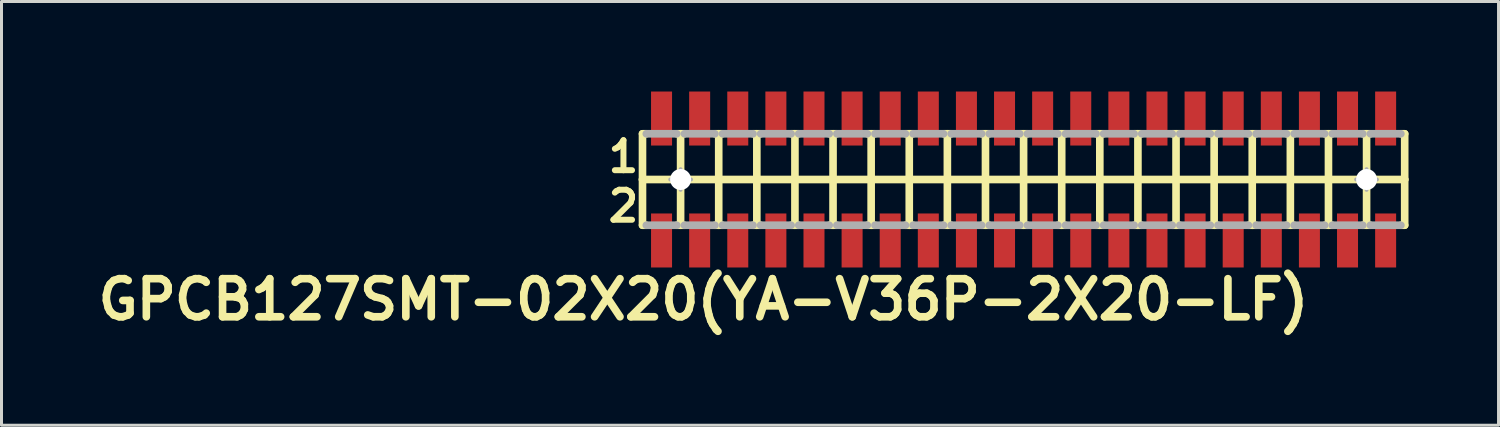
<source format=kicad_pcb>
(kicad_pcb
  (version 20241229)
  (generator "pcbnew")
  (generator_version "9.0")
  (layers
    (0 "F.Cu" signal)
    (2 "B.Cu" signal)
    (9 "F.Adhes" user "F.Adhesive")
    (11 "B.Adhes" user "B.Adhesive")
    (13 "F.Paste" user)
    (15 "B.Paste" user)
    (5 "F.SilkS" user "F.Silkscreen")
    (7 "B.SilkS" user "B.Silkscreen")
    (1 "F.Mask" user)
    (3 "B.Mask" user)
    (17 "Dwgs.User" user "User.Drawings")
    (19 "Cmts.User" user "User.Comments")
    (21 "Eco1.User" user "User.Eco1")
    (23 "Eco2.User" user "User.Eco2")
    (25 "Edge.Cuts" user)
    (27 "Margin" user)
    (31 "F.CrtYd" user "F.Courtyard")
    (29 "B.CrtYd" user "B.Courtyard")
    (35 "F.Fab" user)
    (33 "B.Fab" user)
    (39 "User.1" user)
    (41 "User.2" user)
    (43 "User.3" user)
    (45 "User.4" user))
  (footprint "GPCB127SMT-02X20(YA-V36P-2X20-LF)"
    (layer "F.Cu")
    (at 31.061 2.932)
    (property "Reference" "GPCB127SMT-02X20(YA-V36P-2X20-LF)" (at -10.668 4 0) (layer "F.SilkS") (effects (font (size 1.27 1.27) (thickness 0.254))))
    (attr smd)
    (fp_line (start -12.7 -1.524) (end -12.7 0) (stroke (width 0.254) (type solid)) (layer "F.SilkS"))
    (fp_line (start -12.7 0) (end -12.7 1.524) (stroke (width 0.254) (type solid)) (layer "F.SilkS"))
    (fp_line (start -12.7 0) (end -11.43 0) (stroke (width 0.254) (type solid)) (layer "F.SilkS"))
    (fp_line (start -12.7 1.524) (end -12.573 1.524) (stroke (width 0.254) (type solid)) (layer "F.SilkS"))
    (fp_line (start -12.573 -1.524) (end -12.7 -1.524) (stroke (width 0.254) (type solid)) (layer "F.SilkS"))
    (fp_line (start -11.557 -1.524) (end -11.43 -1.524) (stroke (width 0.254) (type solid)) (layer "F.SilkS"))
    (fp_line (start -11.557 1.524) (end -11.43 1.524) (stroke (width 0.254) (type solid)) (layer "F.SilkS"))
    (fp_line (start -11.43 -1.524) (end -11.303 -1.524) (stroke (width 0.254) (type solid)) (layer "F.SilkS"))
    (fp_line (start -11.43 0) (end -11.43 -1.524) (stroke (width 0.254) (type solid)) (layer "F.SilkS"))
    (fp_line (start -11.43 0) (end -10.16 0) (stroke (width 0.254) (type solid)) (layer "F.SilkS"))
    (fp_line (start -11.43 1.524) (end -11.43 0) (stroke (width 0.254) (type solid)) (layer "F.SilkS"))
    (fp_line (start -11.43 1.524) (end -11.303 1.524) (stroke (width 0.254) (type solid)) (layer "F.SilkS"))
    (fp_line (start -10.287 -1.524) (end -10.16 -1.524) (stroke (width 0.254) (type solid)) (layer "F.SilkS"))
    (fp_line (start -10.287 1.524) (end -10.16 1.524) (stroke (width 0.254) (type solid)) (layer "F.SilkS"))
    (fp_line (start -10.16 -1.524) (end -10.033 -1.524) (stroke (width 0.254) (type solid)) (layer "F.SilkS"))
    (fp_line (start -10.16 0) (end -10.16 -1.524) (stroke (width 0.254) (type solid)) (layer "F.SilkS"))
    (fp_line (start -10.16 0) (end -8.89 0) (stroke (width 0.254) (type solid)) (layer "F.SilkS"))
    (fp_line (start -10.16 1.524) (end -10.16 0) (stroke (width 0.254) (type solid)) (layer "F.SilkS"))
    (fp_line (start -10.16 1.524) (end -10.033 1.524) (stroke (width 0.254) (type solid)) (layer "F.SilkS"))
    (fp_line (start -9.017 -1.524) (end -8.89 -1.524) (stroke (width 0.254) (type solid)) (layer "F.SilkS"))
    (fp_line (start -9.017 1.524) (end -8.89 1.524) (stroke (width 0.254) (type solid)) (layer "F.SilkS"))
    (fp_line (start -8.89 -1.524) (end -8.763 -1.524) (stroke (width 0.254) (type solid)) (layer "F.SilkS"))
    (fp_line (start -8.89 0) (end -8.89 -1.524) (stroke (width 0.254) (type solid)) (layer "F.SilkS"))
    (fp_line (start -8.89 0) (end -7.62 0) (stroke (width 0.254) (type solid)) (layer "F.SilkS"))
    (fp_line (start -8.89 1.524) (end -8.89 0) (stroke (width 0.254) (type solid)) (layer "F.SilkS"))
    (fp_line (start -8.89 1.524) (end -8.763 1.524) (stroke (width 0.254) (type solid)) (layer "F.SilkS"))
    (fp_line (start -7.747 -1.524) (end -7.62 -1.524) (stroke (width 0.254) (type solid)) (layer "F.SilkS"))
    (fp_line (start -7.747 1.524) (end -7.62 1.524) (stroke (width 0.254) (type solid)) (layer "F.SilkS"))
    (fp_line (start -7.62 -1.524) (end -7.493 -1.524) (stroke (width 0.254) (type solid)) (layer "F.SilkS"))
    (fp_line (start -7.62 0) (end -7.62 -1.524) (stroke (width 0.254) (type solid)) (layer "F.SilkS"))
    (fp_line (start -7.62 0) (end -6.35 0) (stroke (width 0.254) (type solid)) (layer "F.SilkS"))
    (fp_line (start -7.62 1.524) (end -7.62 0) (stroke (width 0.254) (type solid)) (layer "F.SilkS"))
    (fp_line (start -7.62 1.524) (end -7.493 1.524) (stroke (width 0.254) (type solid)) (layer "F.SilkS"))
    (fp_line (start -6.477 -1.524) (end -6.35 -1.524) (stroke (width 0.254) (type solid)) (layer "F.SilkS"))
    (fp_line (start -6.477 1.524) (end -6.35 1.524) (stroke (width 0.254) (type solid)) (layer "F.SilkS"))
    (fp_line (start -6.35 -1.524) (end -6.223 -1.524) (stroke (width 0.254) (type solid)) (layer "F.SilkS"))
    (fp_line (start -6.35 0) (end -6.35 -1.524) (stroke (width 0.254) (type solid)) (layer "F.SilkS"))
    (fp_line (start -6.35 0) (end -5.08 0) (stroke (width 0.254) (type solid)) (layer "F.SilkS"))
    (fp_line (start -6.35 1.524) (end -6.35 0) (stroke (width 0.254) (type solid)) (layer "F.SilkS"))
    (fp_line (start -6.35 1.524) (end -6.223 1.524) (stroke (width 0.254) (type solid)) (layer "F.SilkS"))
    (fp_line (start -5.207 -1.524) (end -5.08 -1.524) (stroke (width 0.254) (type solid)) (layer "F.SilkS"))
    (fp_line (start -5.207 1.524) (end -5.08 1.524) (stroke (width 0.254) (type solid)) (layer "F.SilkS"))
    (fp_line (start -5.08 -1.524) (end -4.953 -1.524) (stroke (width 0.254) (type solid)) (layer "F.SilkS"))
    (fp_line (start -5.08 0) (end -5.08 -1.524) (stroke (width 0.254) (type solid)) (layer "F.SilkS"))
    (fp_line (start -5.08 0) (end -3.81 0) (stroke (width 0.254) (type solid)) (layer "F.SilkS"))
    (fp_line (start -5.08 1.524) (end -5.08 0) (stroke (width 0.254) (type solid)) (layer "F.SilkS"))
    (fp_line (start -5.08 1.524) (end -4.953 1.524) (stroke (width 0.254) (type solid)) (layer "F.SilkS"))
    (fp_line (start -3.937 -1.524) (end -3.81 -1.524) (stroke (width 0.254) (type solid)) (layer "F.SilkS"))
    (fp_line (start -3.937 1.524) (end -3.81 1.524) (stroke (width 0.254) (type solid)) (layer "F.SilkS"))
    (fp_line (start -3.81 -1.524) (end -3.683 -1.524) (stroke (width 0.254) (type solid)) (layer "F.SilkS"))
    (fp_line (start -3.81 0) (end -3.81 -1.524) (stroke (width 0.254) (type solid)) (layer "F.SilkS"))
    (fp_line (start -3.81 0) (end -2.54 0) (stroke (width 0.254) (type solid)) (layer "F.SilkS"))
    (fp_line (start -3.81 1.524) (end -3.81 0) (stroke (width 0.254) (type solid)) (layer "F.SilkS"))
    (fp_line (start -3.81 1.524) (end -3.683 1.524) (stroke (width 0.254) (type solid)) (layer "F.SilkS"))
    (fp_line (start -2.667 -1.524) (end -2.54 -1.524) (stroke (width 0.254) (type solid)) (layer "F.SilkS"))
    (fp_line (start -2.667 1.524) (end -2.54 1.524) (stroke (width 0.254) (type solid)) (layer "F.SilkS"))
    (fp_line (start -2.54 -1.524) (end -2.413 -1.524) (stroke (width 0.254) (type solid)) (layer "F.SilkS"))
    (fp_line (start -2.54 0) (end -2.54 -1.524) (stroke (width 0.254) (type solid)) (layer "F.SilkS"))
    (fp_line (start -2.54 0) (end -1.27 0) (stroke (width 0.254) (type solid)) (layer "F.SilkS"))
    (fp_line (start -2.54 1.524) (end -2.54 0) (stroke (width 0.254) (type solid)) (layer "F.SilkS"))
    (fp_line (start -2.54 1.524) (end -2.413 1.524) (stroke (width 0.254) (type solid)) (layer "F.SilkS"))
    (fp_line (start -1.397 -1.524) (end -1.143 -1.524) (stroke (width 0.254) (type solid)) (layer "F.SilkS"))
    (fp_line (start -1.397 1.524) (end -1.27 1.524) (stroke (width 0.254) (type solid)) (layer "F.SilkS"))
    (fp_line (start -1.27 0) (end -1.27 -1.524) (stroke (width 0.254) (type solid)) (layer "F.SilkS"))
    (fp_line (start -1.27 0) (end 0 0) (stroke (width 0.254) (type solid)) (layer "F.SilkS"))
    (fp_line (start -1.27 1.524) (end -1.27 0) (stroke (width 0.254) (type solid)) (layer "F.SilkS"))
    (fp_line (start -1.27 1.524) (end -1.143 1.524) (stroke (width 0.254) (type solid)) (layer "F.SilkS"))
    (fp_line (start -0.127 -1.524) (end 0 -1.524) (stroke (width 0.254) (type solid)) (layer "F.SilkS"))
    (fp_line (start 0 -1.524) (end 0 0) (stroke (width 0.254) (type solid)) (layer "F.SilkS"))
    (fp_line (start 0 0) (end 0 1.524) (stroke (width 0.254) (type solid)) (layer "F.SilkS"))
    (fp_line (start 0 0) (end 1.27 0) (stroke (width 0.254) (type solid)) (layer "F.SilkS"))
    (fp_line (start 0 1.524) (end -0.127 1.524) (stroke (width 0.254) (type solid)) (layer "F.SilkS"))
    (fp_line (start 0 1.524) (end 0.127 1.524) (stroke (width 0.254) (type solid)) (layer "F.SilkS"))
    (fp_line (start 0.127 -1.524) (end 0 -1.524) (stroke (width 0.254) (type solid)) (layer "F.SilkS"))
    (fp_line (start 1.143 -1.524) (end 1.27 -1.524) (stroke (width 0.254) (type solid)) (layer "F.SilkS"))
    (fp_line (start 1.143 1.524) (end 1.27 1.524) (stroke (width 0.254) (type solid)) (layer "F.SilkS"))
    (fp_line (start 1.27 -1.524) (end 1.397 -1.524) (stroke (width 0.254) (type solid)) (layer "F.SilkS"))
    (fp_line (start 1.27 0) (end 1.27 -1.524) (stroke (width 0.254) (type solid)) (layer "F.SilkS"))
    (fp_line (start 1.27 0) (end 2.54 0) (stroke (width 0.254) (type solid)) (layer "F.SilkS"))
    (fp_line (start 1.27 1.524) (end 1.27 0) (stroke (width 0.254) (type solid)) (layer "F.SilkS"))
    (fp_line (start 1.27 1.524) (end 1.397 1.524) (stroke (width 0.254) (type solid)) (layer "F.SilkS"))
    (fp_line (start 2.413 -1.524) (end 2.54 -1.524) (stroke (width 0.254) (type solid)) (layer "F.SilkS"))
    (fp_line (start 2.413 1.524) (end 2.54 1.524) (stroke (width 0.254) (type solid)) (layer "F.SilkS"))
    (fp_line (start 2.54 -1.524) (end 2.667 -1.524) (stroke (width 0.254) (type solid)) (layer "F.SilkS"))
    (fp_line (start 2.54 0) (end 2.54 -1.524) (stroke (width 0.254) (type solid)) (layer "F.SilkS"))
    (fp_line (start 2.54 0) (end 3.81 0) (stroke (width 0.254) (type solid)) (layer "F.SilkS"))
    (fp_line (start 2.54 1.524) (end 2.54 0) (stroke (width 0.254) (type solid)) (layer "F.SilkS"))
    (fp_line (start 2.54 1.524) (end 2.667 1.524) (stroke (width 0.254) (type solid)) (layer "F.SilkS"))
    (fp_line (start 3.683 -1.524) (end 3.81 -1.524) (stroke (width 0.254) (type solid)) (layer "F.SilkS"))
    (fp_line (start 3.683 1.524) (end 3.81 1.524) (stroke (width 0.254) (type solid)) (layer "F.SilkS"))
    (fp_line (start 3.81 -1.524) (end 3.937 -1.524) (stroke (width 0.254) (type solid)) (layer "F.SilkS"))
    (fp_line (start 3.81 0) (end 3.81 -1.524) (stroke (width 0.254) (type solid)) (layer "F.SilkS"))
    (fp_line (start 3.81 0) (end 5.08 0) (stroke (width 0.254) (type solid)) (layer "F.SilkS"))
    (fp_line (start 3.81 1.524) (end 3.81 0) (stroke (width 0.254) (type solid)) (layer "F.SilkS"))
    (fp_line (start 3.81 1.524) (end 3.937 1.524) (stroke (width 0.254) (type solid)) (layer "F.SilkS"))
    (fp_line (start 4.953 -1.524) (end 5.08 -1.524) (stroke (width 0.254) (type solid)) (layer "F.SilkS"))
    (fp_line (start 4.953 1.524) (end 5.08 1.524) (stroke (width 0.254) (type solid)) (layer "F.SilkS"))
    (fp_line (start 5.08 -1.524) (end 5.207 -1.524) (stroke (width 0.254) (type solid)) (layer "F.SilkS"))
    (fp_line (start 5.08 0) (end 5.08 -1.524) (stroke (width 0.254) (type solid)) (layer "F.SilkS"))
    (fp_line (start 5.08 0) (end 6.35 0) (stroke (width 0.254) (type solid)) (layer "F.SilkS"))
    (fp_line (start 5.08 1.524) (end 5.08 0) (stroke (width 0.254) (type solid)) (layer "F.SilkS"))
    (fp_line (start 5.08 1.524) (end 5.207 1.524) (stroke (width 0.254) (type solid)) (layer "F.SilkS"))
    (fp_line (start 6.223 -1.524) (end 6.35 -1.524) (stroke (width 0.254) (type solid)) (layer "F.SilkS"))
    (fp_line (start 6.223 1.524) (end 6.35 1.524) (stroke (width 0.254) (type solid)) (layer "F.SilkS"))
    (fp_line (start 6.35 -1.524) (end 6.477 -1.524) (stroke (width 0.254) (type solid)) (layer "F.SilkS"))
    (fp_line (start 6.35 0) (end 6.35 -1.524) (stroke (width 0.254) (type solid)) (layer "F.SilkS"))
    (fp_line (start 6.35 0) (end 7.62 0) (stroke (width 0.254) (type solid)) (layer "F.SilkS"))
    (fp_line (start 6.35 1.524) (end 6.35 0) (stroke (width 0.254) (type solid)) (layer "F.SilkS"))
    (fp_line (start 6.35 1.524) (end 6.477 1.524) (stroke (width 0.254) (type solid)) (layer "F.SilkS"))
    (fp_line (start 7.493 -1.524) (end 7.62 -1.524) (stroke (width 0.254) (type solid)) (layer "F.SilkS"))
    (fp_line (start 7.493 1.524) (end 7.62 1.524) (stroke (width 0.254) (type solid)) (layer "F.SilkS"))
    (fp_line (start 7.62 -1.524) (end 7.747 -1.524) (stroke (width 0.254) (type solid)) (layer "F.SilkS"))
    (fp_line (start 7.62 0) (end 7.62 -1.524) (stroke (width 0.254) (type solid)) (layer "F.SilkS"))
    (fp_line (start 7.62 0) (end 8.89 0) (stroke (width 0.254) (type solid)) (layer "F.SilkS"))
    (fp_line (start 7.62 1.524) (end 7.62 0) (stroke (width 0.254) (type solid)) (layer "F.SilkS"))
    (fp_line (start 7.62 1.524) (end 7.747 1.524) (stroke (width 0.254) (type solid)) (layer "F.SilkS"))
    (fp_line (start 8.763 -1.524) (end 8.89 -1.524) (stroke (width 0.254) (type solid)) (layer "F.SilkS"))
    (fp_line (start 8.763 1.524) (end 8.89 1.524) (stroke (width 0.254) (type solid)) (layer "F.SilkS"))
    (fp_line (start 8.89 -1.524) (end 9.017 -1.524) (stroke (width 0.254) (type solid)) (layer "F.SilkS"))
    (fp_line (start 8.89 0) (end 8.89 -1.524) (stroke (width 0.254) (type solid)) (layer "F.SilkS"))
    (fp_line (start 8.89 0) (end 10.16 0) (stroke (width 0.254) (type solid)) (layer "F.SilkS"))
    (fp_line (start 8.89 1.524) (end 8.89 0) (stroke (width 0.254) (type solid)) (layer "F.SilkS"))
    (fp_line (start 8.89 1.524) (end 9.017 1.524) (stroke (width 0.254) (type solid)) (layer "F.SilkS"))
    (fp_line (start 10.033 -1.524) (end 10.16 -1.524) (stroke (width 0.254) (type solid)) (layer "F.SilkS"))
    (fp_line (start 10.033 1.524) (end 10.16 1.524) (stroke (width 0.254) (type solid)) (layer "F.SilkS"))
    (fp_line (start 10.16 -1.524) (end 10.287 -1.524) (stroke (width 0.254) (type solid)) (layer "F.SilkS"))
    (fp_line (start 10.16 0) (end 10.16 -1.524) (stroke (width 0.254) (type solid)) (layer "F.SilkS"))
    (fp_line (start 10.16 0) (end 11.43 0) (stroke (width 0.254) (type solid)) (layer "F.SilkS"))
    (fp_line (start 10.16 1.524) (end 10.16 0) (stroke (width 0.254) (type solid)) (layer "F.SilkS"))
    (fp_line (start 10.16 1.524) (end 10.287 1.524) (stroke (width 0.254) (type solid)) (layer "F.SilkS"))
    (fp_line (start 11.303 -1.524) (end 11.557 -1.524) (stroke (width 0.254) (type solid)) (layer "F.SilkS"))
    (fp_line (start 11.303 1.524) (end 11.43 1.524) (stroke (width 0.254) (type solid)) (layer "F.SilkS"))
    (fp_line (start 11.43 0) (end 11.43 -1.524) (stroke (width 0.254) (type solid)) (layer "F.SilkS"))
    (fp_line (start 11.43 0) (end 12.7 0) (stroke (width 0.254) (type solid)) (layer "F.SilkS"))
    (fp_line (start 11.43 1.524) (end 11.43 0) (stroke (width 0.254) (type solid)) (layer "F.SilkS"))
    (fp_line (start 11.43 1.524) (end 11.557 1.524) (stroke (width 0.254) (type solid)) (layer "F.SilkS"))
    (fp_line (start 12.573 -1.524) (end 12.7 -1.524) (stroke (width 0.254) (type solid)) (layer "F.SilkS"))
    (fp_line (start 12.7 -1.524) (end 12.7 0) (stroke (width 0.254) (type solid)) (layer "F.SilkS"))
    (fp_line (start 12.7 0) (end 12.7 1.524) (stroke (width 0.254) (type solid)) (layer "F.SilkS"))
    (fp_line (start 12.7 1.524) (end 12.573 1.524) (stroke (width 0.254) (type solid)) (layer "F.SilkS"))
    (fp_line (start -12.573 -1.524) (end -11.557 -1.524) (stroke (width 0.254) (type solid)) (layer "F.Fab"))
    (fp_line (start -12.573 1.524) (end -11.557 1.524) (stroke (width 0.254) (type solid)) (layer "F.Fab"))
    (fp_line (start -11.778 0) (end -11.079 0) (stroke (width 0.127) (type solid)) (layer "F.Fab"))
    (fp_line (start -11.43 0.348) (end -11.43 -0.348) (stroke (width 0.127) (type solid)) (layer "F.Fab"))
    (fp_line (start -11.303 -1.524) (end -10.287 -1.524) (stroke (width 0.254) (type solid)) (layer "F.Fab"))
    (fp_line (start -11.303 1.524) (end -10.287 1.524) (stroke (width 0.254) (type solid)) (layer "F.Fab"))
    (fp_line (start -10.033 -1.524) (end -9.017 -1.524) (stroke (width 0.254) (type solid)) (layer "F.Fab"))
    (fp_line (start -10.033 1.524) (end -9.017 1.524) (stroke (width 0.254) (type solid)) (layer "F.Fab"))
    (fp_line (start -8.763 -1.524) (end -7.747 -1.524) (stroke (width 0.254) (type solid)) (layer "F.Fab"))
    (fp_line (start -8.763 1.524) (end -7.747 1.524) (stroke (width 0.254) (type solid)) (layer "F.Fab"))
    (fp_line (start -7.493 -1.524) (end -6.477 -1.524) (stroke (width 0.254) (type solid)) (layer "F.Fab"))
    (fp_line (start -7.493 1.524) (end -6.477 1.524) (stroke (width 0.254) (type solid)) (layer "F.Fab"))
    (fp_line (start -6.223 -1.524) (end -5.207 -1.524) (stroke (width 0.254) (type solid)) (layer "F.Fab"))
    (fp_line (start -6.223 1.524) (end -5.207 1.524) (stroke (width 0.254) (type solid)) (layer "F.Fab"))
    (fp_line (start -4.953 -1.524) (end -3.937 -1.524) (stroke (width 0.254) (type solid)) (layer "F.Fab"))
    (fp_line (start -4.953 1.524) (end -3.937 1.524) (stroke (width 0.254) (type solid)) (layer "F.Fab"))
    (fp_line (start -3.683 -1.524) (end -2.667 -1.524) (stroke (width 0.254) (type solid)) (layer "F.Fab"))
    (fp_line (start -3.683 1.524) (end -2.667 1.524) (stroke (width 0.254) (type solid)) (layer "F.Fab"))
    (fp_line (start -2.413 -1.524) (end -1.397 -1.524) (stroke (width 0.254) (type solid)) (layer "F.Fab"))
    (fp_line (start -2.413 1.524) (end -1.397 1.524) (stroke (width 0.254) (type solid)) (layer "F.Fab"))
    (fp_line (start -1.143 -1.524) (end -0.127 -1.524) (stroke (width 0.254) (type solid)) (layer "F.Fab"))
    (fp_line (start -1.143 1.524) (end -0.127 1.524) (stroke (width 0.254) (type solid)) (layer "F.Fab"))
    (fp_line (start 0.127 -1.524) (end 1.143 -1.524) (stroke (width 0.254) (type solid)) (layer "F.Fab"))
    (fp_line (start 0.127 1.524) (end 1.143 1.524) (stroke (width 0.254) (type solid)) (layer "F.Fab"))
    (fp_line (start 1.397 -1.524) (end 2.413 -1.524) (stroke (width 0.254) (type solid)) (layer "F.Fab"))
    (fp_line (start 1.397 1.524) (end 2.413 1.524) (stroke (width 0.254) (type solid)) (layer "F.Fab"))
    (fp_line (start 2.667 -1.524) (end 3.683 -1.524) (stroke (width 0.254) (type solid)) (layer "F.Fab"))
    (fp_line (start 2.667 1.524) (end 3.683 1.524) (stroke (width 0.254) (type solid)) (layer "F.Fab"))
    (fp_line (start 3.937 -1.524) (end 4.953 -1.524) (stroke (width 0.254) (type solid)) (layer "F.Fab"))
    (fp_line (start 3.937 1.524) (end 4.953 1.524) (stroke (width 0.254) (type solid)) (layer "F.Fab"))
    (fp_line (start 5.207 -1.524) (end 6.223 -1.524) (stroke (width 0.254) (type solid)) (layer "F.Fab"))
    (fp_line (start 5.207 1.524) (end 6.223 1.524) (stroke (width 0.254) (type solid)) (layer "F.Fab"))
    (fp_line (start 6.477 -1.524) (end 7.493 -1.524) (stroke (width 0.254) (type solid)) (layer "F.Fab"))
    (fp_line (start 6.477 1.524) (end 7.493 1.524) (stroke (width 0.254) (type solid)) (layer "F.Fab"))
    (fp_line (start 7.747 -1.524) (end 8.763 -1.524) (stroke (width 0.254) (type solid)) (layer "F.Fab"))
    (fp_line (start 7.747 1.524) (end 8.763 1.524) (stroke (width 0.254) (type solid)) (layer "F.Fab"))
    (fp_line (start 9.017 -1.524) (end 10.033 -1.524) (stroke (width 0.254) (type solid)) (layer "F.Fab"))
    (fp_line (start 9.017 1.524) (end 10.033 1.524) (stroke (width 0.254) (type solid)) (layer "F.Fab"))
    (fp_line (start 10.287 -1.524) (end 11.303 -1.524) (stroke (width 0.254) (type solid)) (layer "F.Fab"))
    (fp_line (start 10.287 1.524) (end 11.303 1.524) (stroke (width 0.254) (type solid)) (layer "F.Fab"))
    (fp_line (start 11.079 0) (end 11.778 0) (stroke (width 0.127) (type solid)) (layer "F.Fab"))
    (fp_line (start 11.43 0.348) (end 11.43 -0.348) (stroke (width 0.127) (type solid)) (layer "F.Fab"))
    (fp_line (start 11.557 -1.524) (end 12.573 -1.524) (stroke (width 0.254) (type solid)) (layer "F.Fab"))
    (fp_line (start 11.557 1.524) (end 12.573 1.524) (stroke (width 0.254) (type solid)) (layer "F.Fab"))
    (fp_circle (center -11.43 0) (end -11.603 0.173) (stroke (width 0.127) (type solid)) (fill no) (layer "F.Fab"))
    (fp_circle (center 11.43 0) (end 11.603 0.173) (stroke (width 0.127) (type solid)) (fill no) (layer "F.Fab"))
    (fp_text user "2" (at -13.335 0.889 0) (layer "F.SilkS") (effects (font (size 1 1) (thickness 0.2))))
    (fp_text user "1" (at -13.335 -0.762 0) (layer "F.SilkS") (effects (font (size 1 1) (thickness 0.2))))
    (pad "" np_thru_hole circle (at -11.43 0 90) (size 0.7 0.7) (drill 0.7) (layers "*.Cu" "*.Mask"))
    (pad "" np_thru_hole circle (at 11.43 0 90) (size 0.7 0.7) (drill 0.7) (layers "*.Cu" "*.Mask"))
    (pad "1" smd rect (at -12.065 -2.032 270) (size 1.8 0.7) (layers "F.Cu" "F.Mask" "F.Paste"))
    (pad "2" smd rect (at -12.065 2.032 270) (size 1.8 0.7) (layers "F.Cu" "F.Mask" "F.Paste"))
    (pad "3" smd rect (at -10.795 -2.032 270) (size 1.8 0.7) (layers "F.Cu" "F.Mask" "F.Paste"))
    (pad "4" smd rect (at -10.795 2.032 270) (size 1.8 0.7) (layers "F.Cu" "F.Mask" "F.Paste"))
    (pad "5" smd rect (at -9.525 -2.032 270) (size 1.8 0.7) (layers "F.Cu" "F.Mask" "F.Paste"))
    (pad "6" smd rect (at -9.525 2.032 270) (size 1.8 0.7) (layers "F.Cu" "F.Mask" "F.Paste"))
    (pad "7" smd rect (at -8.255 -2.032 270) (size 1.8 0.7) (layers "F.Cu" "F.Mask" "F.Paste"))
    (pad "8" smd rect (at -8.255 2.032 270) (size 1.8 0.7) (layers "F.Cu" "F.Mask" "F.Paste"))
    (pad "9" smd rect (at -6.985 -2.032 270) (size 1.8 0.7) (layers "F.Cu" "F.Mask" "F.Paste"))
    (pad "10" smd rect (at -6.985 2.032 270) (size 1.8 0.7) (layers "F.Cu" "F.Mask" "F.Paste"))
    (pad "11" smd rect (at -5.715 -2.032 270) (size 1.8 0.7) (layers "F.Cu" "F.Mask" "F.Paste"))
    (pad "12" smd rect (at -5.715 2.032 270) (size 1.8 0.7) (layers "F.Cu" "F.Mask" "F.Paste"))
    (pad "13" smd rect (at -4.445 -2.032 90) (size 1.8 0.7) (layers "F.Cu" "F.Mask" "F.Paste"))
    (pad "14" smd rect (at -4.445 2.032 90) (size 1.8 0.7) (layers "F.Cu" "F.Mask" "F.Paste"))
    (pad "15" smd rect (at -3.175 -2.032 90) (size 1.8 0.7) (layers "F.Cu" "F.Mask" "F.Paste"))
    (pad "16" smd rect (at -3.175 2.032 90) (size 1.8 0.7) (layers "F.Cu" "F.Mask" "F.Paste"))
    (pad "17" smd rect (at -1.905 -2.032 90) (size 1.8 0.7) (layers "F.Cu" "F.Mask" "F.Paste"))
    (pad "18" smd rect (at -1.905 2.032 90) (size 1.8 0.7) (layers "F.Cu" "F.Mask" "F.Paste"))
    (pad "19" smd rect (at -0.635 -2.032 90) (size 1.8 0.7) (layers "F.Cu" "F.Mask" "F.Paste"))
    (pad "20" smd rect (at -0.635 2.032 90) (size 1.8 0.7) (layers "F.Cu" "F.Mask" "F.Paste"))
    (pad "21" smd rect (at 0.635 -2.032 270) (size 1.8 0.7) (layers "F.Cu" "F.Mask" "F.Paste"))
    (pad "22" smd rect (at 0.635 2.032 270) (size 1.8 0.7) (layers "F.Cu" "F.Mask" "F.Paste"))
    (pad "23" smd rect (at 1.905 -2.032 270) (size 1.8 0.7) (layers "F.Cu" "F.Mask" "F.Paste"))
    (pad "24" smd rect (at 1.905 2.032 270) (size 1.8 0.7) (layers "F.Cu" "F.Mask" "F.Paste"))
    (pad "25" smd rect (at 3.175 -2.032 270) (size 1.8 0.7) (layers "F.Cu" "F.Mask" "F.Paste"))
    (pad "26" smd rect (at 3.175 2.032 270) (size 1.8 0.7) (layers "F.Cu" "F.Mask" "F.Paste"))
    (pad "27" smd rect (at 4.445 -2.032 270) (size 1.8 0.7) (layers "F.Cu" "F.Mask" "F.Paste"))
    (pad "28" smd rect (at 4.445 2.032 270) (size 1.8 0.7) (layers "F.Cu" "F.Mask" "F.Paste"))
    (pad "29" smd rect (at 5.715 -2.032 270) (size 1.8 0.7) (layers "F.Cu" "F.Mask" "F.Paste"))
    (pad "30" smd rect (at 5.715 2.032 270) (size 1.8 0.7) (layers "F.Cu" "F.Mask" "F.Paste"))
    (pad "31" smd rect (at 6.985 -2.032 270) (size 1.8 0.7) (layers "F.Cu" "F.Mask" "F.Paste"))
    (pad "32" smd rect (at 6.985 2.032 270) (size 1.8 0.7) (layers "F.Cu" "F.Mask" "F.Paste"))
    (pad "33" smd rect (at 8.255 -2.032 90) (size 1.8 0.7) (layers "F.Cu" "F.Mask" "F.Paste"))
    (pad "34" smd rect (at 8.255 2.032 90) (size 1.8 0.7) (layers "F.Cu" "F.Mask" "F.Paste"))
    (pad "35" smd rect (at 9.525 -2.032 90) (size 1.8 0.7) (layers "F.Cu" "F.Mask" "F.Paste"))
    (pad "36" smd rect (at 9.525 2.032 90) (size 1.8 0.7) (layers "F.Cu" "F.Mask" "F.Paste"))
    (pad "37" smd rect (at 10.795 -2.032 90) (size 1.8 0.7) (layers "F.Cu" "F.Mask" "F.Paste"))
    (pad "38" smd rect (at 10.795 2.032 90) (size 1.8 0.7) (layers "F.Cu" "F.Mask" "F.Paste"))
    (pad "39" smd rect (at 12.065 -2.032 90) (size 1.8 0.7) (layers "F.Cu" "F.Mask" "F.Paste"))
    (pad "40" smd rect (at 12.065 2.032 90) (size 1.8 0.7) (layers "F.Cu" "F.Mask" "F.Paste")))
  (gr_rect
    (start -3 -3)
    (end 46.888 11.121)
    (stroke (width 0.1) (type default))
    (fill no)
    (layer "Edge.Cuts")))
</source>
